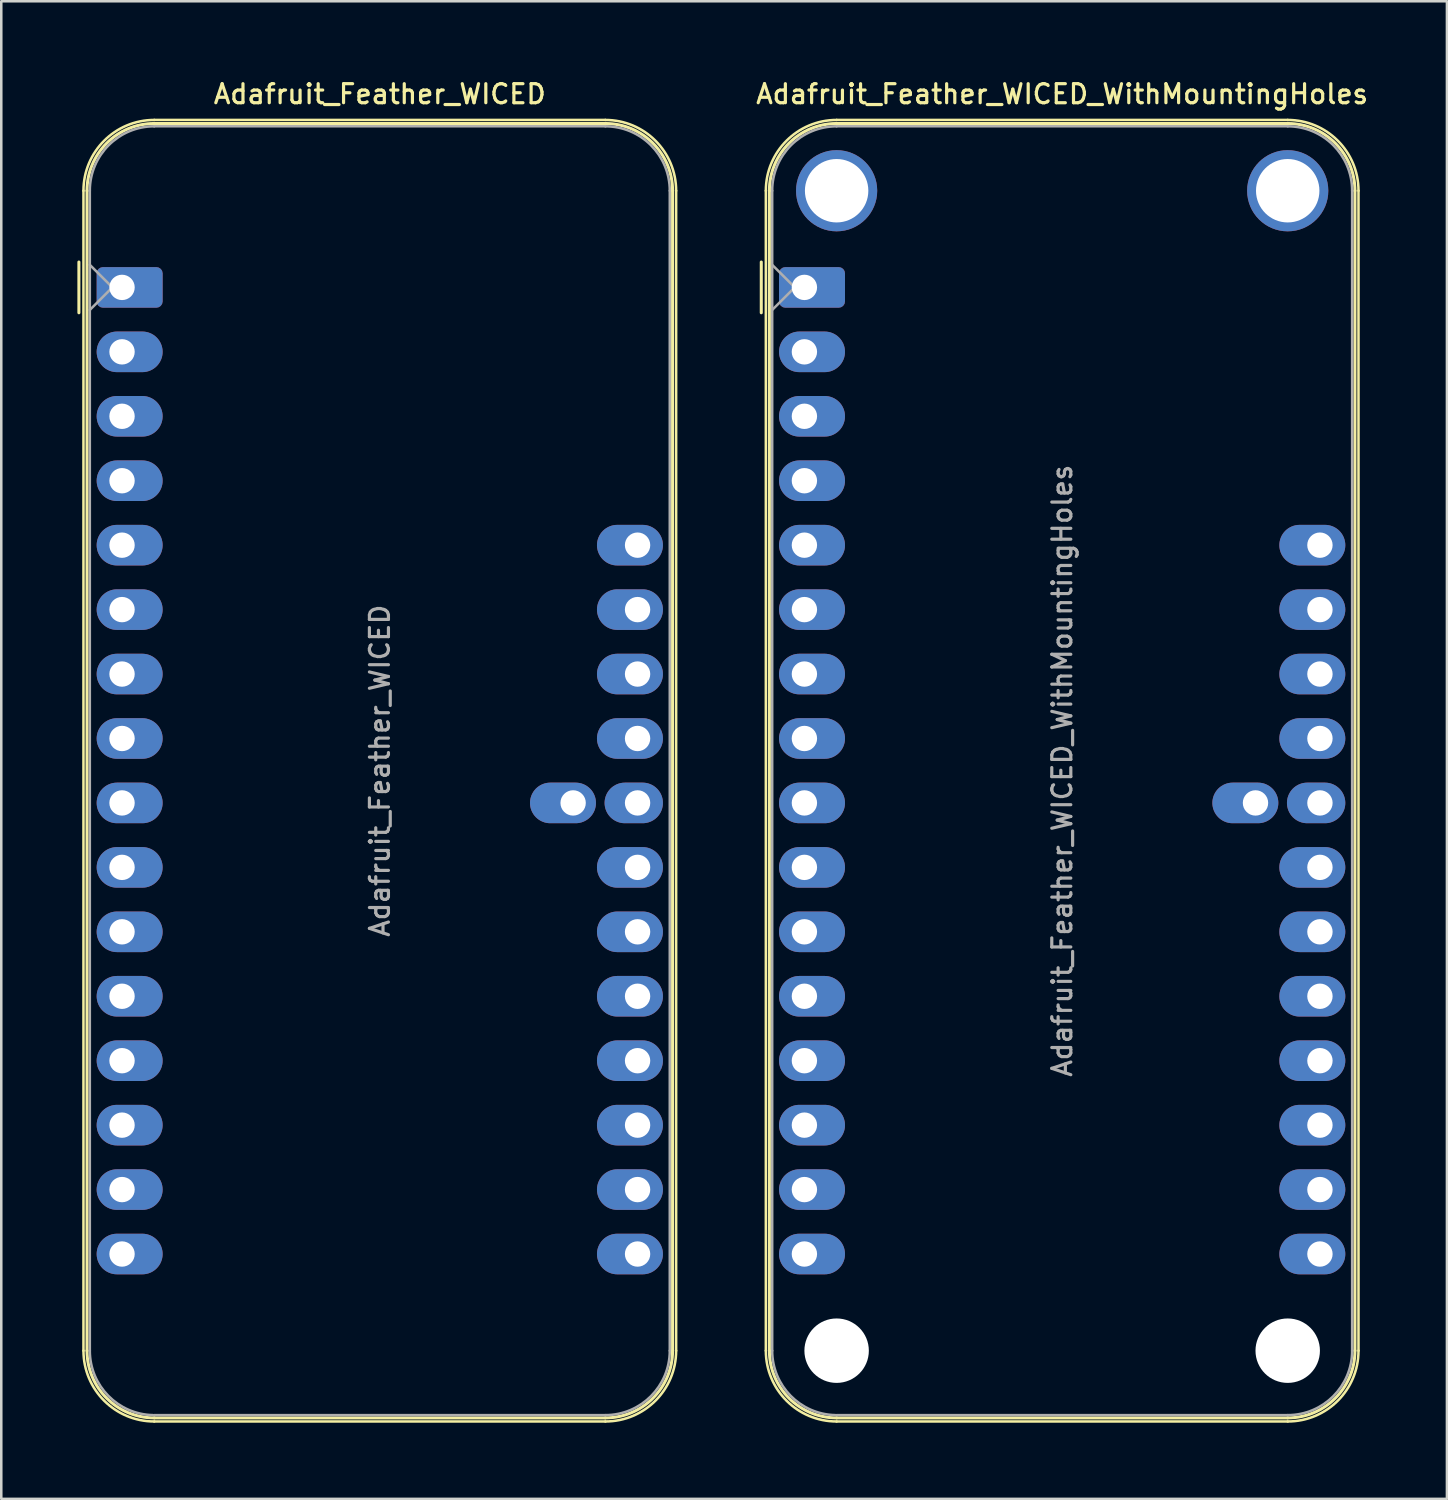
<source format=kicad_pcb>
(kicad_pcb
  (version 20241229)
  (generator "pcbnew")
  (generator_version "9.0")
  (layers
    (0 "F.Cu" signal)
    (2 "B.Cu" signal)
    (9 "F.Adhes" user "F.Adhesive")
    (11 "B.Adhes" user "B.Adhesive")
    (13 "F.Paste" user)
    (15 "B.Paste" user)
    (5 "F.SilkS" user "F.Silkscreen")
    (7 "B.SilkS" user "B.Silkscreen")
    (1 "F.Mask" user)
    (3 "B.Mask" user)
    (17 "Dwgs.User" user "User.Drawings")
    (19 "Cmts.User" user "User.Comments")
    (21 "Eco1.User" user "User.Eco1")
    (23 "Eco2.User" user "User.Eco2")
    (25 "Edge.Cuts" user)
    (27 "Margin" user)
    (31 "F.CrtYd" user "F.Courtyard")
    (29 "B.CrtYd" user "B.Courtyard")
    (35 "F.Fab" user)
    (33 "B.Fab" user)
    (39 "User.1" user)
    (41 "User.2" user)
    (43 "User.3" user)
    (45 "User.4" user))
  (footprint "Adafruit_Feather_WICED"
    (layer "F.Cu")
    (at 1.76 8.278)
    (property "Reference" "Adafruit_Feather_WICED" (at 10.16 -7.62 0) (layer "F.SilkS") (effects (font (size 0.75 0.75) (thickness 0.125))))
    (attr through_hole)
    (fp_line (start -1.7 1) (end -1.7 -1) (stroke (width 0.12) (type solid)) (layer "F.SilkS"))
    (fp_line (start -1.52 41.91) (end -1.52 -3.81) (stroke (width 0.1) (type solid)) (layer "F.SilkS"))
    (fp_line (start -1.38 -3.81) (end -1.38 41.91) (stroke (width 0.12) (type solid)) (layer "F.SilkS"))
    (fp_line (start 19.05 -6.6) (end 1.27 -6.6) (stroke (width 0.1) (type solid)) (layer "F.SilkS"))
    (fp_line (start 19.05 -6.46) (end 1.27 -6.46) (stroke (width 0.12) (type solid)) (layer "F.SilkS"))
    (fp_line (start 19.05 44.56) (end 1.27 44.56) (stroke (width 0.12) (type solid)) (layer "F.SilkS"))
    (fp_line (start 19.05 44.7) (end 1.27 44.7) (stroke (width 0.1) (type solid)) (layer "F.SilkS"))
    (fp_line (start 21.7 -3.81) (end 21.7 41.91) (stroke (width 0.12) (type solid)) (layer "F.SilkS"))
    (fp_line (start 21.84 41.91) (end 21.84 -3.81) (stroke (width 0.1) (type solid)) (layer "F.SilkS"))
    (fp_arc (start -1.52 -3.81) (mid -0.702828 -5.782828) (end 1.27 -6.6) (stroke (width 0.1) (type solid)) (layer "F.SilkS"))
    (fp_arc (start -1.38 -3.81) (mid -0.603833 -5.683833) (end 1.27 -6.46) (stroke (width 0.12) (type solid)) (layer "F.SilkS"))
    (fp_arc (start 1.27 44.56) (mid -0.603833 43.783833) (end -1.38 41.91) (stroke (width 0.12) (type solid)) (layer "F.SilkS"))
    (fp_arc (start 1.27 44.7) (mid -0.702828 43.882828) (end -1.52 41.91) (stroke (width 0.1) (type solid)) (layer "F.SilkS"))
    (fp_arc (start 19.05 -6.6) (mid 21.022828 -5.782828) (end 21.84 -3.81) (stroke (width 0.1) (type solid)) (layer "F.SilkS"))
    (fp_arc (start 19.05 -6.46) (mid 20.923833 -5.683833) (end 21.7 -3.81) (stroke (width 0.12) (type solid)) (layer "F.SilkS"))
    (fp_arc (start 21.7 41.91) (mid 20.923833 43.783833) (end 19.05 44.56) (stroke (width 0.12) (type solid)) (layer "F.SilkS"))
    (fp_arc (start 21.84 41.91) (mid 21.022828 43.882828) (end 19.05 44.7) (stroke (width 0.1) (type solid)) (layer "F.SilkS"))
    (fp_line (start -1.27 -3.81) (end -1.27 41.91) (stroke (width 0.1) (type solid)) (layer "F.Fab"))
    (fp_line (start -1.27 -0.889) (end -0.381 0) (stroke (width 0.1) (type solid)) (layer "F.Fab"))
    (fp_line (start -0.381 0) (end -1.27 0.889) (stroke (width 0.1) (type solid)) (layer "F.Fab"))
    (fp_line (start 1.27 44.45) (end 19.05 44.45) (stroke (width 0.1) (type solid)) (layer "F.Fab"))
    (fp_line (start 19.05 -6.35) (end 1.27 -6.35) (stroke (width 0.1) (type solid)) (layer "F.Fab"))
    (fp_line (start 21.59 41.91) (end 21.59 -3.81) (stroke (width 0.1) (type solid)) (layer "F.Fab"))
    (fp_arc (start -1.27 -3.81) (mid -0.526051 -5.606051) (end 1.27 -6.35) (stroke (width 0.1) (type solid)) (layer "F.Fab"))
    (fp_arc (start 1.221238 44.449532) (mid -0.543209 43.688728) (end -1.27 41.91) (stroke (width 0.1) (type solid)) (layer "F.Fab"))
    (fp_arc (start 19.05 -6.35) (mid 20.846051 -5.606051) (end 21.59 -3.81) (stroke (width 0.1) (type solid)) (layer "F.Fab"))
    (fp_arc (start 21.59 41.91) (mid 20.846051 43.706051) (end 19.05 44.45) (stroke (width 0.1) (type solid)) (layer "F.Fab"))
    (fp_text user "${REFERENCE}" (at 10.16 19.05 270) (layer "F.Fab") (effects (font (size 0.75 0.75) (thickness 0.125))))
    (pad "1" thru_hole roundrect (at 0 0) (size 2.6 1.6) (drill 1 (offset 0.3 0)) (layers "*.Cu" "*.Mask") (roundrect_rratio 0.156))
    (pad "2" thru_hole oval (at 0 2.54) (size 2.6 1.6) (drill 1 (offset 0.3 0)) (layers "*.Cu" "*.Mask"))
    (pad "3" thru_hole oval (at 0 5.08) (size 2.6 1.6) (drill 1 (offset 0.3 0)) (layers "*.Cu" "*.Mask"))
    (pad "4" thru_hole oval (at 0 7.62) (size 2.6 1.6) (drill 1 (offset 0.3 0)) (layers "*.Cu" "*.Mask"))
    (pad "5" thru_hole oval (at 0 10.16) (size 2.6 1.6) (drill 1 (offset 0.3 0)) (layers "*.Cu" "*.Mask"))
    (pad "6" thru_hole oval (at 0 12.7) (size 2.6 1.6) (drill 1 (offset 0.3 0)) (layers "*.Cu" "*.Mask"))
    (pad "7" thru_hole oval (at 0 15.24) (size 2.6 1.6) (drill 1 (offset 0.3 0)) (layers "*.Cu" "*.Mask"))
    (pad "8" thru_hole oval (at 0 17.78) (size 2.6 1.6) (drill 1 (offset 0.3 0)) (layers "*.Cu" "*.Mask"))
    (pad "9" thru_hole oval (at 0 20.32) (size 2.6 1.6) (drill 1 (offset 0.3 0)) (layers "*.Cu" "*.Mask"))
    (pad "10" thru_hole oval (at 0 22.86) (size 2.6 1.6) (drill 1 (offset 0.3 0)) (layers "*.Cu" "*.Mask"))
    (pad "11" thru_hole oval (at 0 25.4) (size 2.6 1.6) (drill 1 (offset 0.3 0)) (layers "*.Cu" "*.Mask"))
    (pad "12" thru_hole oval (at 0 27.94) (size 2.6 1.6) (drill 1 (offset 0.3 0)) (layers "*.Cu" "*.Mask"))
    (pad "13" thru_hole oval (at 0 30.48) (size 2.6 1.6) (drill 1 (offset 0.3 0)) (layers "*.Cu" "*.Mask"))
    (pad "14" thru_hole oval (at 0 33.02) (size 2.6 1.6) (drill 1 (offset 0.3 0)) (layers "*.Cu" "*.Mask"))
    (pad "15" thru_hole oval (at 0 35.56) (size 2.6 1.6) (drill 1 (offset 0.3 0)) (layers "*.Cu" "*.Mask"))
    (pad "16" thru_hole oval (at 0 38.1) (size 2.6 1.6) (drill 1 (offset 0.3 0)) (layers "*.Cu" "*.Mask"))
    (pad "17" thru_hole oval (at 20.32 38.1 180) (size 2.6 1.6) (drill 1 (offset 0.3 0)) (layers "*.Cu" "*.Mask"))
    (pad "18" thru_hole oval (at 20.32 35.56 180) (size 2.6 1.6) (drill 1 (offset 0.3 0)) (layers "*.Cu" "*.Mask"))
    (pad "19" thru_hole oval (at 20.32 33.02 180) (size 2.6 1.6) (drill 1 (offset 0.3 0)) (layers "*.Cu" "*.Mask"))
    (pad "20" thru_hole oval (at 20.32 30.48 180) (size 2.6 1.6) (drill 1 (offset 0.3 0)) (layers "*.Cu" "*.Mask"))
    (pad "21" thru_hole oval (at 20.32 27.94 180) (size 2.6 1.6) (drill 1 (offset 0.3 0)) (layers "*.Cu" "*.Mask"))
    (pad "22" thru_hole oval (at 20.32 25.4 180) (size 2.6 1.6) (drill 1 (offset 0.3 0)) (layers "*.Cu" "*.Mask"))
    (pad "23" thru_hole oval (at 20.32 22.86 180) (size 2.6 1.6) (drill 1 (offset 0.3 0)) (layers "*.Cu" "*.Mask"))
    (pad "24" thru_hole oval (at 20.32 20.32 180) (size 2.3 1.6) (drill 1 (offset 0.15 0)) (layers "*.Cu" "*.Mask"))
    (pad "25" thru_hole oval (at 20.32 17.78 180) (size 2.6 1.6) (drill 1 (offset 0.3 0)) (layers "*.Cu" "*.Mask"))
    (pad "26" thru_hole oval (at 20.32 15.24 180) (size 2.6 1.6) (drill 1 (offset 0.3 0)) (layers "*.Cu" "*.Mask"))
    (pad "27" thru_hole oval (at 20.32 12.7 180) (size 2.6 1.6) (drill 1 (offset 0.3 0)) (layers "*.Cu" "*.Mask"))
    (pad "28" thru_hole oval (at 20.32 10.16 180) (size 2.6 1.6) (drill 1 (offset 0.3 0)) (layers "*.Cu" "*.Mask"))
    (pad "29" thru_hole oval (at 17.78 20.32 180) (size 2.6 1.6) (drill 1 (offset 0.4 0)) (layers "*.Cu" "*.Mask")))
  (footprint "Adafruit_Feather_WICED_WithMountingHoles"
    (layer "F.Cu")
    (at 28.656 8.278)
    (property "Reference" "Adafruit_Feather_WICED_WithMountingHoles" (at 10.16 -7.62 0) (layer "F.SilkS") (effects (font (size 0.75 0.75) (thickness 0.125))))
    (attr through_hole)
    (fp_line (start -1.7 1) (end -1.7 -1) (stroke (width 0.12) (type solid)) (layer "F.SilkS"))
    (fp_line (start -1.52 41.91) (end -1.52 -3.81) (stroke (width 0.1) (type solid)) (layer "F.SilkS"))
    (fp_line (start -1.38 -3.81) (end -1.38 41.91) (stroke (width 0.12) (type solid)) (layer "F.SilkS"))
    (fp_line (start 19.05 -6.6) (end 1.27 -6.6) (stroke (width 0.1) (type solid)) (layer "F.SilkS"))
    (fp_line (start 19.05 -6.46) (end 1.27 -6.46) (stroke (width 0.12) (type solid)) (layer "F.SilkS"))
    (fp_line (start 19.05 44.56) (end 1.27 44.56) (stroke (width 0.12) (type solid)) (layer "F.SilkS"))
    (fp_line (start 19.05 44.7) (end 1.27 44.7) (stroke (width 0.1) (type solid)) (layer "F.SilkS"))
    (fp_line (start 21.7 -3.81) (end 21.7 41.91) (stroke (width 0.12) (type solid)) (layer "F.SilkS"))
    (fp_line (start 21.84 41.91) (end 21.84 -3.81) (stroke (width 0.1) (type solid)) (layer "F.SilkS"))
    (fp_arc (start -1.52 -3.81) (mid -0.702828 -5.782828) (end 1.27 -6.6) (stroke (width 0.1) (type solid)) (layer "F.SilkS"))
    (fp_arc (start -1.38 -3.81) (mid -0.603833 -5.683833) (end 1.27 -6.46) (stroke (width 0.12) (type solid)) (layer "F.SilkS"))
    (fp_arc (start 1.27 44.56) (mid -0.603833 43.783833) (end -1.38 41.91) (stroke (width 0.12) (type solid)) (layer "F.SilkS"))
    (fp_arc (start 1.27 44.7) (mid -0.702828 43.882828) (end -1.52 41.91) (stroke (width 0.1) (type solid)) (layer "F.SilkS"))
    (fp_arc (start 19.05 -6.6) (mid 21.022828 -5.782828) (end 21.84 -3.81) (stroke (width 0.1) (type solid)) (layer "F.SilkS"))
    (fp_arc (start 19.05 -6.46) (mid 20.923833 -5.683833) (end 21.7 -3.81) (stroke (width 0.12) (type solid)) (layer "F.SilkS"))
    (fp_arc (start 21.7 41.91) (mid 20.923833 43.783833) (end 19.05 44.56) (stroke (width 0.12) (type solid)) (layer "F.SilkS"))
    (fp_arc (start 21.84 41.91) (mid 21.022828 43.882828) (end 19.05 44.7) (stroke (width 0.1) (type solid)) (layer "F.SilkS"))
    (fp_line (start -1.27 -3.81) (end -1.27 41.91) (stroke (width 0.1) (type solid)) (layer "F.Fab"))
    (fp_line (start -1.27 -0.889) (end -0.381 0) (stroke (width 0.1) (type solid)) (layer "F.Fab"))
    (fp_line (start -0.381 0) (end -1.27 0.889) (stroke (width 0.1) (type solid)) (layer "F.Fab"))
    (fp_line (start 1.27 44.45) (end 19.05 44.45) (stroke (width 0.1) (type solid)) (layer "F.Fab"))
    (fp_line (start 19.05 -6.35) (end 1.27 -6.35) (stroke (width 0.1) (type solid)) (layer "F.Fab"))
    (fp_line (start 21.59 41.91) (end 21.59 -3.81) (stroke (width 0.1) (type solid)) (layer "F.Fab"))
    (fp_arc (start -1.27 -3.81) (mid -0.526051 -5.606051) (end 1.27 -6.35) (stroke (width 0.1) (type solid)) (layer "F.Fab"))
    (fp_arc (start 1.221238 44.449532) (mid -0.543209 43.688728) (end -1.27 41.91) (stroke (width 0.1) (type solid)) (layer "F.Fab"))
    (fp_arc (start 19.05 -6.35) (mid 20.846051 -5.606051) (end 21.59 -3.81) (stroke (width 0.1) (type solid)) (layer "F.Fab"))
    (fp_arc (start 21.59 41.91) (mid 20.846051 43.706051) (end 19.05 44.45) (stroke (width 0.1) (type solid)) (layer "F.Fab"))
    (fp_text user "${REFERENCE}" (at 10.16 19.05 270) (layer "F.Fab") (effects (font (size 0.75 0.75) (thickness 0.125))))
    (pad "" np_thru_hole circle (at 1.27 -3.81 270) (size 3.2 3.2) (drill 2.5) (layers "*.Cu" "*.Mask"))
    (pad "" np_thru_hole circle (at 1.27 41.91 270) (size 2.54 2.54) (drill 2.54) (layers "*.Cu" "*.Mask"))
    (pad "" np_thru_hole circle (at 19.05 -3.81 270) (size 3.2 3.2) (drill 2.5) (layers "*.Cu" "*.Mask"))
    (pad "" np_thru_hole circle (at 19.05 41.91 270) (size 2.54 2.54) (drill 2.54) (layers "*.Cu" "*.Mask"))
    (pad "1" thru_hole roundrect (at 0 0) (size 2.6 1.6) (drill 1 (offset 0.3 0)) (layers "*.Cu" "*.Mask") (roundrect_rratio 0.156))
    (pad "2" thru_hole oval (at 0 2.54) (size 2.6 1.6) (drill 1 (offset 0.3 0)) (layers "*.Cu" "*.Mask"))
    (pad "3" thru_hole oval (at 0 5.08) (size 2.6 1.6) (drill 1 (offset 0.3 0)) (layers "*.Cu" "*.Mask"))
    (pad "4" thru_hole oval (at 0 7.62) (size 2.6 1.6) (drill 1 (offset 0.3 0)) (layers "*.Cu" "*.Mask"))
    (pad "5" thru_hole oval (at 0 10.16) (size 2.6 1.6) (drill 1 (offset 0.3 0)) (layers "*.Cu" "*.Mask"))
    (pad "6" thru_hole oval (at 0 12.7) (size 2.6 1.6) (drill 1 (offset 0.3 0)) (layers "*.Cu" "*.Mask"))
    (pad "7" thru_hole oval (at 0 15.24) (size 2.6 1.6) (drill 1 (offset 0.3 0)) (layers "*.Cu" "*.Mask"))
    (pad "8" thru_hole oval (at 0 17.78) (size 2.6 1.6) (drill 1 (offset 0.3 0)) (layers "*.Cu" "*.Mask"))
    (pad "9" thru_hole oval (at 0 20.32) (size 2.6 1.6) (drill 1 (offset 0.3 0)) (layers "*.Cu" "*.Mask"))
    (pad "10" thru_hole oval (at 0 22.86) (size 2.6 1.6) (drill 1 (offset 0.3 0)) (layers "*.Cu" "*.Mask"))
    (pad "11" thru_hole oval (at 0 25.4) (size 2.6 1.6) (drill 1 (offset 0.3 0)) (layers "*.Cu" "*.Mask"))
    (pad "12" thru_hole oval (at 0 27.94) (size 2.6 1.6) (drill 1 (offset 0.3 0)) (layers "*.Cu" "*.Mask"))
    (pad "13" thru_hole oval (at 0 30.48) (size 2.6 1.6) (drill 1 (offset 0.3 0)) (layers "*.Cu" "*.Mask"))
    (pad "14" thru_hole oval (at 0 33.02) (size 2.6 1.6) (drill 1 (offset 0.3 0)) (layers "*.Cu" "*.Mask"))
    (pad "15" thru_hole oval (at 0 35.56) (size 2.6 1.6) (drill 1 (offset 0.3 0)) (layers "*.Cu" "*.Mask"))
    (pad "16" thru_hole oval (at 0 38.1) (size 2.6 1.6) (drill 1 (offset 0.3 0)) (layers "*.Cu" "*.Mask"))
    (pad "17" thru_hole oval (at 20.32 38.1 180) (size 2.6 1.6) (drill 1 (offset 0.3 0)) (layers "*.Cu" "*.Mask"))
    (pad "18" thru_hole oval (at 20.32 35.56 180) (size 2.6 1.6) (drill 1 (offset 0.3 0)) (layers "*.Cu" "*.Mask"))
    (pad "19" thru_hole oval (at 20.32 33.02 180) (size 2.6 1.6) (drill 1 (offset 0.3 0)) (layers "*.Cu" "*.Mask"))
    (pad "20" thru_hole oval (at 20.32 30.48 180) (size 2.6 1.6) (drill 1 (offset 0.3 0)) (layers "*.Cu" "*.Mask"))
    (pad "21" thru_hole oval (at 20.32 27.94 180) (size 2.6 1.6) (drill 1 (offset 0.3 0)) (layers "*.Cu" "*.Mask"))
    (pad "22" thru_hole oval (at 20.32 25.4 180) (size 2.6 1.6) (drill 1 (offset 0.3 0)) (layers "*.Cu" "*.Mask"))
    (pad "23" thru_hole oval (at 20.32 22.86 180) (size 2.6 1.6) (drill 1 (offset 0.3 0)) (layers "*.Cu" "*.Mask"))
    (pad "24" thru_hole oval (at 20.32 20.32 180) (size 2.3 1.6) (drill 1 (offset 0.15 0)) (layers "*.Cu" "*.Mask"))
    (pad "25" thru_hole oval (at 20.32 17.78 180) (size 2.6 1.6) (drill 1 (offset 0.3 0)) (layers "*.Cu" "*.Mask"))
    (pad "26" thru_hole oval (at 20.32 15.24 180) (size 2.6 1.6) (drill 1 (offset 0.3 0)) (layers "*.Cu" "*.Mask"))
    (pad "27" thru_hole oval (at 20.32 12.7 180) (size 2.6 1.6) (drill 1 (offset 0.3 0)) (layers "*.Cu" "*.Mask"))
    (pad "28" thru_hole oval (at 20.32 10.16 180) (size 2.6 1.6) (drill 1 (offset 0.3 0)) (layers "*.Cu" "*.Mask"))
    (pad "29" thru_hole oval (at 17.78 20.32 180) (size 2.6 1.6) (drill 1 (offset 0.4 0)) (layers "*.Cu" "*.Mask")))
  (gr_rect
    (start -3 -3)
    (end 53.982 56.028)
    (stroke (width 0.1) (type default))
    (fill no)
    (layer "Edge.Cuts")))
</source>
